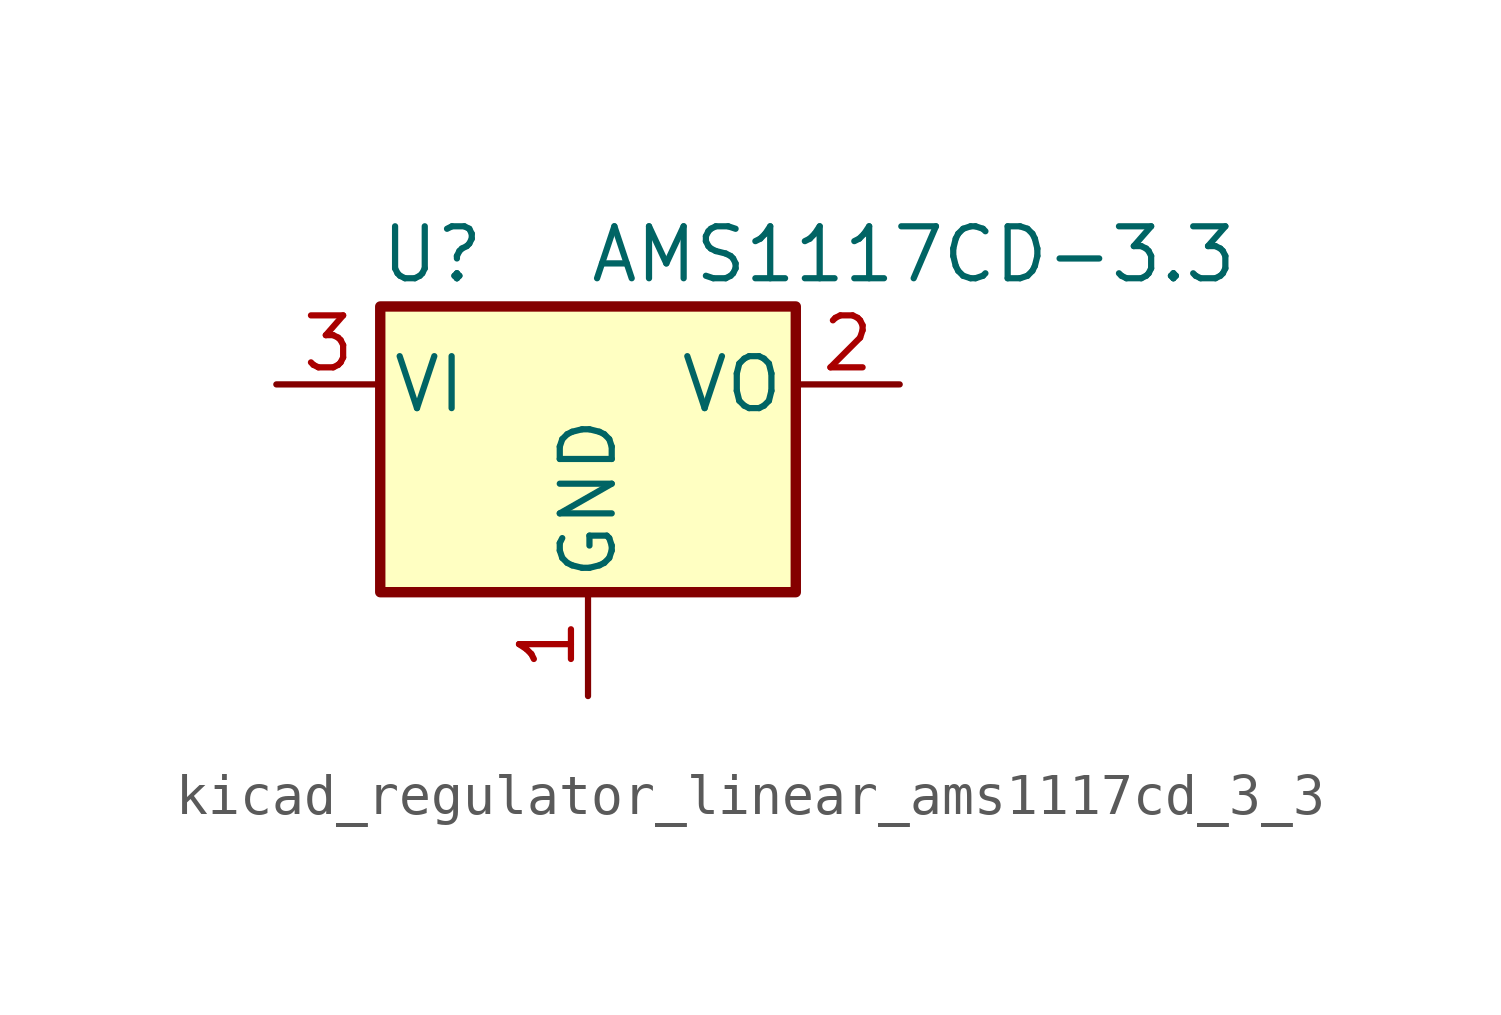
<source format=kicad_sym>
(kicad_symbol_lib
  (version 20220914)
  (generator kicad_symbol_editor)
  (symbol "kicad_regulator_linear_ams1117cd_3_3"
    (pin_names
      (offset 0.254))
    (property "Reference" "U"
      (at -3.81 3.175 0)
      (effects (font (size 1.27 1.27))))
    (property "Value" "AMS1117CD-3.3"
      (at 0 3.175 0)
      (effects (font (size 1.27 1.27)) (justify left)))
    (symbol "kicad_regulator_linear_ams1117cd_3_3_0_1"
      (rectangle (start -5.08 -5.08) (end 5.08 1.905) (stroke (width 0.254) (type default)) (fill (type background))))
    (symbol "kicad_regulator_linear_ams1117cd_3_3_1_1"
      (pin power_in line (at 0 -7.62 90) (length 2.54) (name "GND" (effects (font (size 1.27 1.27)))) (number "1" (effects (font (size 1.27 1.27)))))
      (pin power_out line (at 7.62 0 180) (length 2.54) (name "VO" (effects (font (size 1.27 1.27)))) (number "2" (effects (font (size 1.27 1.27)))))
      (pin power_in line (at -7.62 0 0) (length 2.54) (name "VI" (effects (font (size 1.27 1.27)))) (number "3" (effects (font (size 1.27 1.27))))))))
</source>
